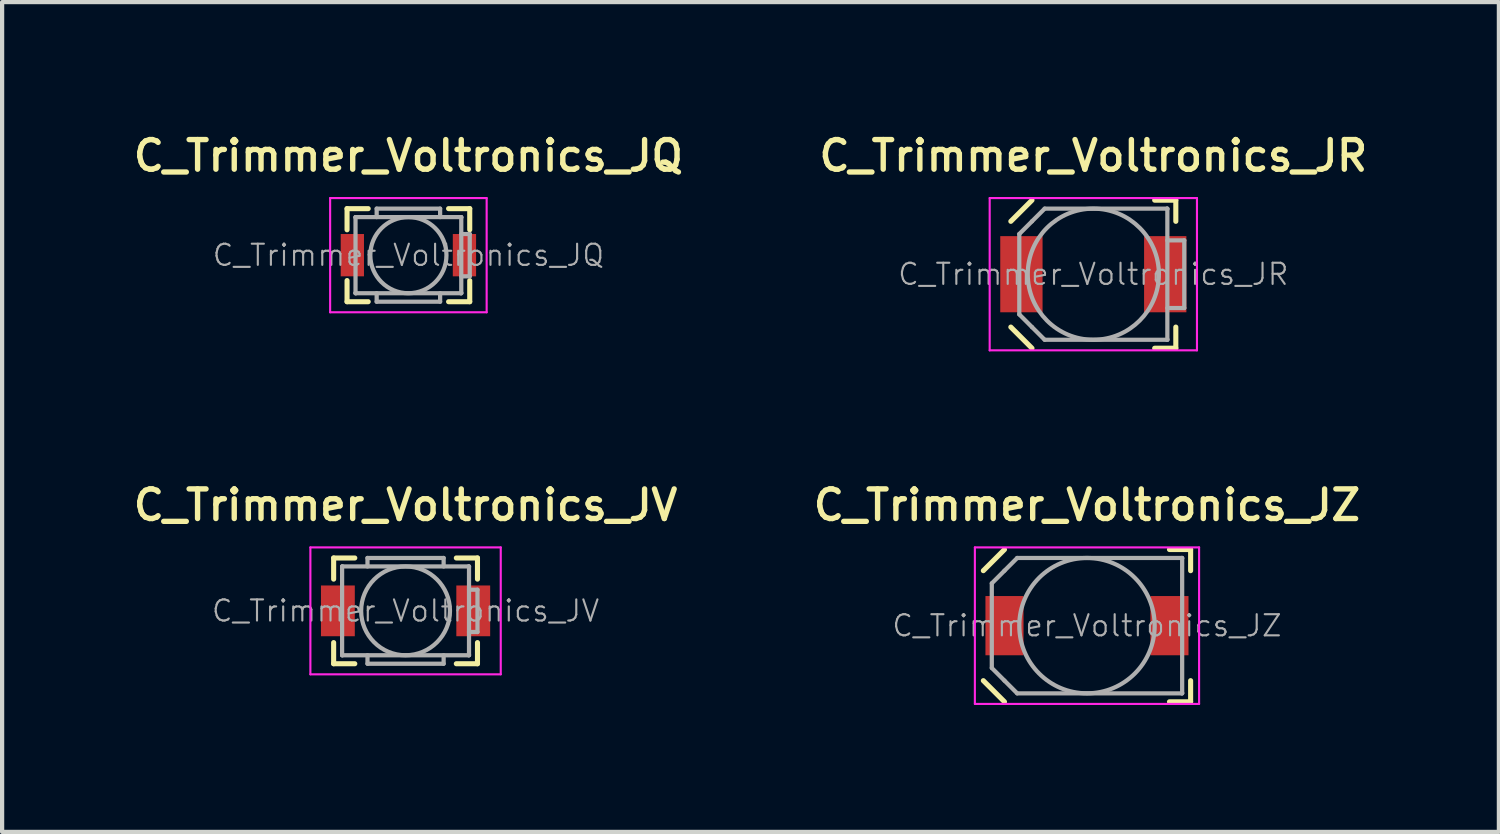
<source format=kicad_pcb>
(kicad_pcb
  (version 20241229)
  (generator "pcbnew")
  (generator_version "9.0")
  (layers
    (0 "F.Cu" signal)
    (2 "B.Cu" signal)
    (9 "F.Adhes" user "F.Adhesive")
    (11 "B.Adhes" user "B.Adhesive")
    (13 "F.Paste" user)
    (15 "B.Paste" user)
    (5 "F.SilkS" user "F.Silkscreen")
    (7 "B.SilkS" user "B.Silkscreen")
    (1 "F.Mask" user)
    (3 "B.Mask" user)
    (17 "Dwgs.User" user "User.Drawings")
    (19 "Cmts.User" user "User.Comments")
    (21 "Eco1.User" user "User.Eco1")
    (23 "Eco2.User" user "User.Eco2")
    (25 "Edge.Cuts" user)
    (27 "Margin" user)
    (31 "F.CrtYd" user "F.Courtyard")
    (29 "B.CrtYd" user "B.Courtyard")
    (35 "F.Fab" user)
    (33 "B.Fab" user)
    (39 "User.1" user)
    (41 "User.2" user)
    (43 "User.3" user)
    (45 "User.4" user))
  (footprint "C_Trimmer_Voltronics_JR"
    (layer "F.Cu")
    (at 22.795 3.432)
    (property "Reference" "C_Trimmer_Voltronics_JR" (at 0 -2.8 0) (layer "F.SilkS") (effects (font (size 0.7 0.7) (thickness 0.127))))
    (attr smd)
    (fp_line (start -1.95 -1.25) (end -1.45 -1.75) (stroke (width 0.12) (type solid)) (layer "F.SilkS"))
    (fp_line (start -1.95 1.25) (end -1.45 1.75) (stroke (width 0.12) (type solid)) (layer "F.SilkS"))
    (fp_line (start 1.95 -1.75) (end 1.45 -1.75) (stroke (width 0.12) (type solid)) (layer "F.SilkS"))
    (fp_line (start 1.95 -1.75) (end 1.95 -1.25) (stroke (width 0.12) (type solid)) (layer "F.SilkS"))
    (fp_line (start 1.95 1.75) (end 1.45 1.75) (stroke (width 0.12) (type solid)) (layer "F.SilkS"))
    (fp_line (start 1.95 1.75) (end 1.95 1.25) (stroke (width 0.12) (type solid)) (layer "F.SilkS"))
    (fp_line (start -2.45 -1.8) (end -2.45 1.8) (stroke (width 0.05) (type solid)) (layer "F.CrtYd"))
    (fp_line (start -2.45 1.8) (end 2.45 1.8) (stroke (width 0.05) (type solid)) (layer "F.CrtYd"))
    (fp_line (start 2.45 -1.8) (end -2.45 -1.8) (stroke (width 0.05) (type solid)) (layer "F.CrtYd"))
    (fp_line (start 2.45 1.8) (end 2.45 -1.8) (stroke (width 0.05) (type solid)) (layer "F.CrtYd"))
    (fp_line (start -1.75 -0.95) (end -1.45 -1.25) (stroke (width 0.1) (type solid)) (layer "F.Fab"))
    (fp_line (start -1.75 0.95) (end -1.75 -0.95) (stroke (width 0.1) (type solid)) (layer "F.Fab"))
    (fp_line (start -1.45 -1.25) (end -1.15 -1.55) (stroke (width 0.1) (type solid)) (layer "F.Fab"))
    (fp_line (start -1.45 1.25) (end -1.75 0.95) (stroke (width 0.1) (type solid)) (layer "F.Fab"))
    (fp_line (start -1.15 -1.55) (end 1.74 -1.55) (stroke (width 0.1) (type solid)) (layer "F.Fab"))
    (fp_line (start -1.15 1.55) (end -1.45 1.25) (stroke (width 0.1) (type solid)) (layer "F.Fab"))
    (fp_line (start 1.74 -1.55) (end 1.75 -1.55) (stroke (width 0.1) (type solid)) (layer "F.Fab"))
    (fp_line (start 1.74 1.55) (end -1.15 1.55) (stroke (width 0.1) (type solid)) (layer "F.Fab"))
    (fp_line (start 1.75 -1.55) (end 1.75 -1.54) (stroke (width 0.1) (type solid)) (layer "F.Fab"))
    (fp_line (start 1.75 -1.54) (end 1.75 1.54) (stroke (width 0.1) (type solid)) (layer "F.Fab"))
    (fp_line (start 1.75 -0.8) (end 2.15 -0.8) (stroke (width 0.1) (type solid)) (layer "F.Fab"))
    (fp_line (start 1.75 1.54) (end 1.75 1.55) (stroke (width 0.1) (type solid)) (layer "F.Fab"))
    (fp_line (start 1.75 1.55) (end 1.74 1.55) (stroke (width 0.1) (type solid)) (layer "F.Fab"))
    (fp_line (start 2.15 -0.8) (end 2.15 0.8) (stroke (width 0.1) (type solid)) (layer "F.Fab"))
    (fp_line (start 2.15 0.8) (end 1.75 0.8) (stroke (width 0.1) (type solid)) (layer "F.Fab"))
    (fp_circle (center 0 0) (end 1.55 0) (stroke (width 0.1) (type solid)) (fill no) (layer "F.Fab"))
    (fp_text user "${REFERENCE}" (at 0 0 0) (layer "F.Fab") (effects (font (size 0.5 0.5) (thickness 0.05))))
    (pad "1" smd rect (at -1.7 0) (size 1 1.8) (layers "F.Cu" "F.Mask" "F.Paste"))
    (pad "2" smd rect (at 1.7 0) (size 1 1.8) (layers "F.Cu" "F.Mask" "F.Paste")))
  (footprint "C_Trimmer_Voltronics_JZ"
    (layer "F.Cu")
    (at 22.645 11.74)
    (property "Reference" "C_Trimmer_Voltronics_JZ" (at 0 -2.85 0) (layer "F.SilkS") (effects (font (size 0.7 0.7) (thickness 0.127))))
    (attr smd)
    (fp_line (start -2.45 -1.3) (end -1.95 -1.8) (stroke (width 0.12) (type solid)) (layer "F.SilkS"))
    (fp_line (start -2.45 1.3) (end -1.95 1.8) (stroke (width 0.12) (type solid)) (layer "F.SilkS"))
    (fp_line (start 2.45 -1.8) (end 1.95 -1.8) (stroke (width 0.12) (type solid)) (layer "F.SilkS"))
    (fp_line (start 2.45 -1.8) (end 2.45 -1.3) (stroke (width 0.12) (type solid)) (layer "F.SilkS"))
    (fp_line (start 2.45 1.8) (end 1.95 1.8) (stroke (width 0.12) (type solid)) (layer "F.SilkS"))
    (fp_line (start 2.45 1.8) (end 2.45 1.3) (stroke (width 0.12) (type solid)) (layer "F.SilkS"))
    (fp_line (start -2.65 -1.85) (end -2.65 1.85) (stroke (width 0.05) (type solid)) (layer "F.CrtYd"))
    (fp_line (start -2.65 1.85) (end 2.65 1.85) (stroke (width 0.05) (type solid)) (layer "F.CrtYd"))
    (fp_line (start 2.65 -1.85) (end -2.65 -1.85) (stroke (width 0.05) (type solid)) (layer "F.CrtYd"))
    (fp_line (start 2.65 1.85) (end 2.65 -1.85) (stroke (width 0.05) (type solid)) (layer "F.CrtYd"))
    (fp_line (start -2.25 -1) (end -1.95 -1.3) (stroke (width 0.1) (type solid)) (layer "F.Fab"))
    (fp_line (start -2.25 1) (end -2.25 -1) (stroke (width 0.1) (type solid)) (layer "F.Fab"))
    (fp_line (start -1.95 -1.3) (end -1.65 -1.6) (stroke (width 0.1) (type solid)) (layer "F.Fab"))
    (fp_line (start -1.95 1.3) (end -2.25 1) (stroke (width 0.1) (type solid)) (layer "F.Fab"))
    (fp_line (start -1.65 -1.6) (end 2.24 -1.6) (stroke (width 0.1) (type solid)) (layer "F.Fab"))
    (fp_line (start -1.65 1.6) (end -1.95 1.3) (stroke (width 0.1) (type solid)) (layer "F.Fab"))
    (fp_line (start 2.24 -1.6) (end 2.25 -1.6) (stroke (width 0.1) (type solid)) (layer "F.Fab"))
    (fp_line (start 2.24 1.6) (end -1.65 1.6) (stroke (width 0.1) (type solid)) (layer "F.Fab"))
    (fp_line (start 2.25 -1.6) (end 2.25 -1.59) (stroke (width 0.1) (type solid)) (layer "F.Fab"))
    (fp_line (start 2.25 -1.59) (end 2.25 1.59) (stroke (width 0.1) (type solid)) (layer "F.Fab"))
    (fp_line (start 2.25 1.59) (end 2.25 1.6) (stroke (width 0.1) (type solid)) (layer "F.Fab"))
    (fp_line (start 2.25 1.6) (end 2.24 1.6) (stroke (width 0.1) (type solid)) (layer "F.Fab"))
    (fp_circle (center 0 0) (end 1.6 0) (stroke (width 0.1) (type solid)) (fill no) (layer "F.Fab"))
    (fp_text user "${REFERENCE}" (at 0 0 0) (layer "F.Fab") (effects (font (size 0.5 0.5) (thickness 0.05))))
    (pad "1" smd rect (at -1.95 0) (size 0.9 1.4) (layers "F.Cu" "F.Mask" "F.Paste"))
    (pad "2" smd rect (at 1.95 0) (size 0.9 1.4) (layers "F.Cu" "F.Mask" "F.Paste")))
  (footprint "C_Trimmer_Voltronics_JQ"
    (layer "F.Cu")
    (at 6.604 2.982)
    (property "Reference" "C_Trimmer_Voltronics_JQ" (at 0 -2.35 0) (layer "F.SilkS") (effects (font (size 0.7 0.7) (thickness 0.127))))
    (attr smd)
    (fp_line (start -1.45 -1.1) (end -1.45 -0.6) (stroke (width 0.12) (type solid)) (layer "F.SilkS"))
    (fp_line (start -1.45 -1.1) (end -0.95 -1.1) (stroke (width 0.12) (type solid)) (layer "F.SilkS"))
    (fp_line (start -1.45 1.1) (end -1.45 0.6) (stroke (width 0.12) (type solid)) (layer "F.SilkS"))
    (fp_line (start -1.45 1.1) (end -0.95 1.1) (stroke (width 0.12) (type solid)) (layer "F.SilkS"))
    (fp_line (start 1.45 -1.1) (end 0.95 -1.1) (stroke (width 0.12) (type solid)) (layer "F.SilkS"))
    (fp_line (start 1.45 -1.1) (end 1.45 -0.6) (stroke (width 0.12) (type solid)) (layer "F.SilkS"))
    (fp_line (start 1.45 1.1) (end 0.95 1.1) (stroke (width 0.12) (type solid)) (layer "F.SilkS"))
    (fp_line (start 1.45 1.1) (end 1.45 0.6) (stroke (width 0.12) (type solid)) (layer "F.SilkS"))
    (fp_line (start -1.85 -1.35) (end -1.85 1.35) (stroke (width 0.05) (type solid)) (layer "F.CrtYd"))
    (fp_line (start -1.85 1.35) (end 1.85 1.35) (stroke (width 0.05) (type solid)) (layer "F.CrtYd"))
    (fp_line (start 1.85 -1.35) (end -1.85 -1.35) (stroke (width 0.05) (type solid)) (layer "F.CrtYd"))
    (fp_line (start 1.85 1.35) (end 1.85 -1.35) (stroke (width 0.05) (type solid)) (layer "F.CrtYd"))
    (fp_line (start -1.25 -0.9) (end -1.24 -0.9) (stroke (width 0.1) (type solid)) (layer "F.Fab"))
    (fp_line (start -1.25 -0.89) (end -1.25 -0.9) (stroke (width 0.1) (type solid)) (layer "F.Fab"))
    (fp_line (start -1.25 0.89) (end -1.25 -0.89) (stroke (width 0.1) (type solid)) (layer "F.Fab"))
    (fp_line (start -1.25 0.9) (end -1.25 0.89) (stroke (width 0.1) (type solid)) (layer "F.Fab"))
    (fp_line (start -1.24 -0.9) (end 1.24 -0.9) (stroke (width 0.1) (type solid)) (layer "F.Fab"))
    (fp_line (start -1.24 0.9) (end -1.25 0.9) (stroke (width 0.1) (type solid)) (layer "F.Fab"))
    (fp_line (start -0.75 -1.1) (end 0.75 -1.1) (stroke (width 0.1) (type solid)) (layer "F.Fab"))
    (fp_line (start -0.75 -0.9) (end -0.75 -1.1) (stroke (width 0.1) (type solid)) (layer "F.Fab"))
    (fp_line (start -0.75 0.9) (end -0.75 1.1) (stroke (width 0.1) (type solid)) (layer "F.Fab"))
    (fp_line (start -0.75 1.1) (end 0.75 1.1) (stroke (width 0.1) (type solid)) (layer "F.Fab"))
    (fp_line (start 0.75 -1.1) (end 0.75 -0.9) (stroke (width 0.1) (type solid)) (layer "F.Fab"))
    (fp_line (start 0.75 1.1) (end 0.75 0.9) (stroke (width 0.1) (type solid)) (layer "F.Fab"))
    (fp_line (start 1.24 -0.9) (end 1.25 -0.9) (stroke (width 0.1) (type solid)) (layer "F.Fab"))
    (fp_line (start 1.24 0.9) (end -1.24 0.9) (stroke (width 0.1) (type solid)) (layer "F.Fab"))
    (fp_line (start 1.25 -0.9) (end 1.25 -0.89) (stroke (width 0.1) (type solid)) (layer "F.Fab"))
    (fp_line (start 1.25 -0.89) (end 1.25 0.89) (stroke (width 0.1) (type solid)) (layer "F.Fab"))
    (fp_line (start 1.25 -0.5) (end 1.45 -0.5) (stroke (width 0.1) (type solid)) (layer "F.Fab"))
    (fp_line (start 1.25 0.89) (end 1.25 0.9) (stroke (width 0.1) (type solid)) (layer "F.Fab"))
    (fp_line (start 1.25 0.9) (end 1.24 0.9) (stroke (width 0.1) (type solid)) (layer "F.Fab"))
    (fp_line (start 1.45 -0.5) (end 1.45 0.5) (stroke (width 0.1) (type solid)) (layer "F.Fab"))
    (fp_line (start 1.45 0.5) (end 1.25 0.5) (stroke (width 0.1) (type solid)) (layer "F.Fab"))
    (fp_circle (center 0 0) (end 0.9 0) (stroke (width 0.1) (type solid)) (fill no) (layer "F.Fab"))
    (fp_text user "${REFERENCE}" (at 0 0 0) (layer "F.Fab") (effects (font (size 0.5 0.5) (thickness 0.05))))
    (pad "1" smd rect (at -1.325 0) (size 0.55 1) (layers "F.Cu" "F.Mask" "F.Paste"))
    (pad "2" smd rect (at 1.325 0) (size 0.55 1) (layers "F.Cu" "F.Mask" "F.Paste")))
  (footprint "C_Trimmer_Voltronics_JV"
    (layer "F.Cu")
    (at 6.537 11.39)
    (property "Reference" "C_Trimmer_Voltronics_JV" (at 0 -2.5 0) (layer "F.SilkS") (effects (font (size 0.7 0.7) (thickness 0.127))))
    (attr smd)
    (fp_line (start -1.7 -1.25) (end -1.7 -0.75) (stroke (width 0.12) (type solid)) (layer "F.SilkS"))
    (fp_line (start -1.7 -1.25) (end -1.2 -1.25) (stroke (width 0.12) (type solid)) (layer "F.SilkS"))
    (fp_line (start -1.7 1.25) (end -1.7 0.75) (stroke (width 0.12) (type solid)) (layer "F.SilkS"))
    (fp_line (start -1.7 1.25) (end -1.2 1.25) (stroke (width 0.12) (type solid)) (layer "F.SilkS"))
    (fp_line (start 1.7 -1.25) (end 1.2 -1.25) (stroke (width 0.12) (type solid)) (layer "F.SilkS"))
    (fp_line (start 1.7 -1.25) (end 1.7 -0.75) (stroke (width 0.12) (type solid)) (layer "F.SilkS"))
    (fp_line (start 1.7 1.25) (end 1.2 1.25) (stroke (width 0.12) (type solid)) (layer "F.SilkS"))
    (fp_line (start 1.7 1.25) (end 1.7 0.75) (stroke (width 0.12) (type solid)) (layer "F.SilkS"))
    (fp_line (start -2.25 -1.5) (end -2.25 1.5) (stroke (width 0.05) (type solid)) (layer "F.CrtYd"))
    (fp_line (start -2.25 1.5) (end 2.25 1.5) (stroke (width 0.05) (type solid)) (layer "F.CrtYd"))
    (fp_line (start 2.25 -1.5) (end -2.25 -1.5) (stroke (width 0.05) (type solid)) (layer "F.CrtYd"))
    (fp_line (start 2.25 1.5) (end 2.25 -1.5) (stroke (width 0.05) (type solid)) (layer "F.CrtYd"))
    (fp_line (start -1.5 -1.05) (end -1.49 -1.05) (stroke (width 0.1) (type solid)) (layer "F.Fab"))
    (fp_line (start -1.5 -1.04) (end -1.5 -1.05) (stroke (width 0.1) (type solid)) (layer "F.Fab"))
    (fp_line (start -1.5 1.04) (end -1.5 -1.04) (stroke (width 0.1) (type solid)) (layer "F.Fab"))
    (fp_line (start -1.5 1.05) (end -1.5 1.04) (stroke (width 0.1) (type solid)) (layer "F.Fab"))
    (fp_line (start -1.49 -1.05) (end 1.49 -1.05) (stroke (width 0.1) (type solid)) (layer "F.Fab"))
    (fp_line (start -1.49 1.05) (end -1.5 1.05) (stroke (width 0.1) (type solid)) (layer "F.Fab"))
    (fp_line (start -0.9 -1.25) (end 0.9 -1.25) (stroke (width 0.1) (type solid)) (layer "F.Fab"))
    (fp_line (start -0.9 -1.05) (end -0.9 -1.25) (stroke (width 0.1) (type solid)) (layer "F.Fab"))
    (fp_line (start -0.9 1.05) (end -0.9 1.25) (stroke (width 0.1) (type solid)) (layer "F.Fab"))
    (fp_line (start -0.9 1.25) (end 0.9 1.25) (stroke (width 0.1) (type solid)) (layer "F.Fab"))
    (fp_line (start 0.9 -1.25) (end 0.9 -1.05) (stroke (width 0.1) (type solid)) (layer "F.Fab"))
    (fp_line (start 0.9 1.25) (end 0.9 1.05) (stroke (width 0.1) (type solid)) (layer "F.Fab"))
    (fp_line (start 1.49 -1.05) (end 1.5 -1.05) (stroke (width 0.1) (type solid)) (layer "F.Fab"))
    (fp_line (start 1.49 1.05) (end -1.49 1.05) (stroke (width 0.1) (type solid)) (layer "F.Fab"))
    (fp_line (start 1.5 -1.05) (end 1.5 -1.04) (stroke (width 0.1) (type solid)) (layer "F.Fab"))
    (fp_line (start 1.5 -1.04) (end 1.5 1.04) (stroke (width 0.1) (type solid)) (layer "F.Fab"))
    (fp_line (start 1.5 -0.5) (end 1.7 -0.5) (stroke (width 0.1) (type solid)) (layer "F.Fab"))
    (fp_line (start 1.5 1.04) (end 1.5 1.05) (stroke (width 0.1) (type solid)) (layer "F.Fab"))
    (fp_line (start 1.5 1.05) (end 1.49 1.05) (stroke (width 0.1) (type solid)) (layer "F.Fab"))
    (fp_line (start 1.7 -0.5) (end 1.7 0.5) (stroke (width 0.1) (type solid)) (layer "F.Fab"))
    (fp_line (start 1.7 0.5) (end 1.5 0.5) (stroke (width 0.1) (type solid)) (layer "F.Fab"))
    (fp_circle (center 0 0) (end 1.05 0) (stroke (width 0.1) (type solid)) (fill no) (layer "F.Fab"))
    (fp_text user "${REFERENCE}" (at 0 0 0) (layer "F.Fab") (effects (font (size 0.5 0.5) (thickness 0.05))))
    (pad "1" smd rect (at -1.6 0) (size 0.8 1.2) (layers "F.Cu" "F.Mask" "F.Paste"))
    (pad "2" smd rect (at 1.6 0) (size 0.8 1.2) (layers "F.Cu" "F.Mask" "F.Paste")))
  (gr_rect
    (start -3 -3)
    (end 32.382 16.615)
    (stroke (width 0.1) (type default))
    (fill no)
    (layer "Edge.Cuts")))
</source>
